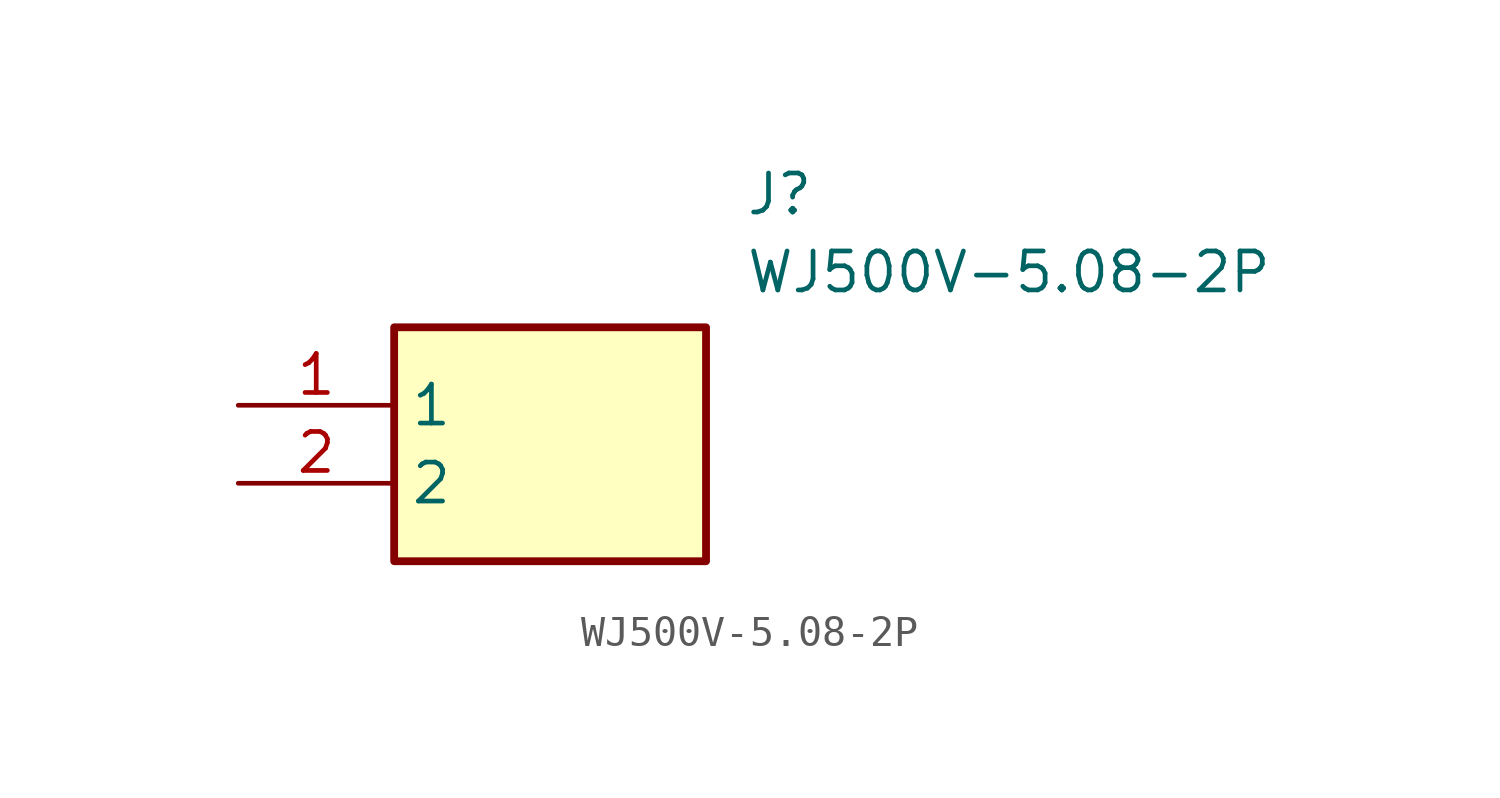
<source format=kicad_sym>
(kicad_symbol_lib
  (version 20211014)
  (generator SamacSys_ECAD_Model)
  (symbol "WJ500V-5.08-2P"
    (property "Reference" "J"
      (at 16.51 7.62 0)
      (effects (font (size 1.27 1.27)) (justify left top)))
    (property "Value" "WJ500V-5.08-2P"
      (at 16.51 5.08 0)
      (effects (font (size 1.27 1.27)) (justify left top)))
    (rectangle
      (start 5.08 2.54)
      (end 15.24 -5.08)
      (stroke (width 0.254) (type default))
      (fill (type background)))
    (pin passive line
      (at 0 0 0)
      (length 5.08)
      (name "1" (effects (font (size 1.27 1.27))))
      (number "1" (effects (font (size 1.27 1.27)))))
    (pin passive line
      (at 0 -2.54 0)
      (length 5.08)
      (name "2" (effects (font (size 1.27 1.27))))
      (number "2" (effects (font (size 1.27 1.27)))))))
</source>
